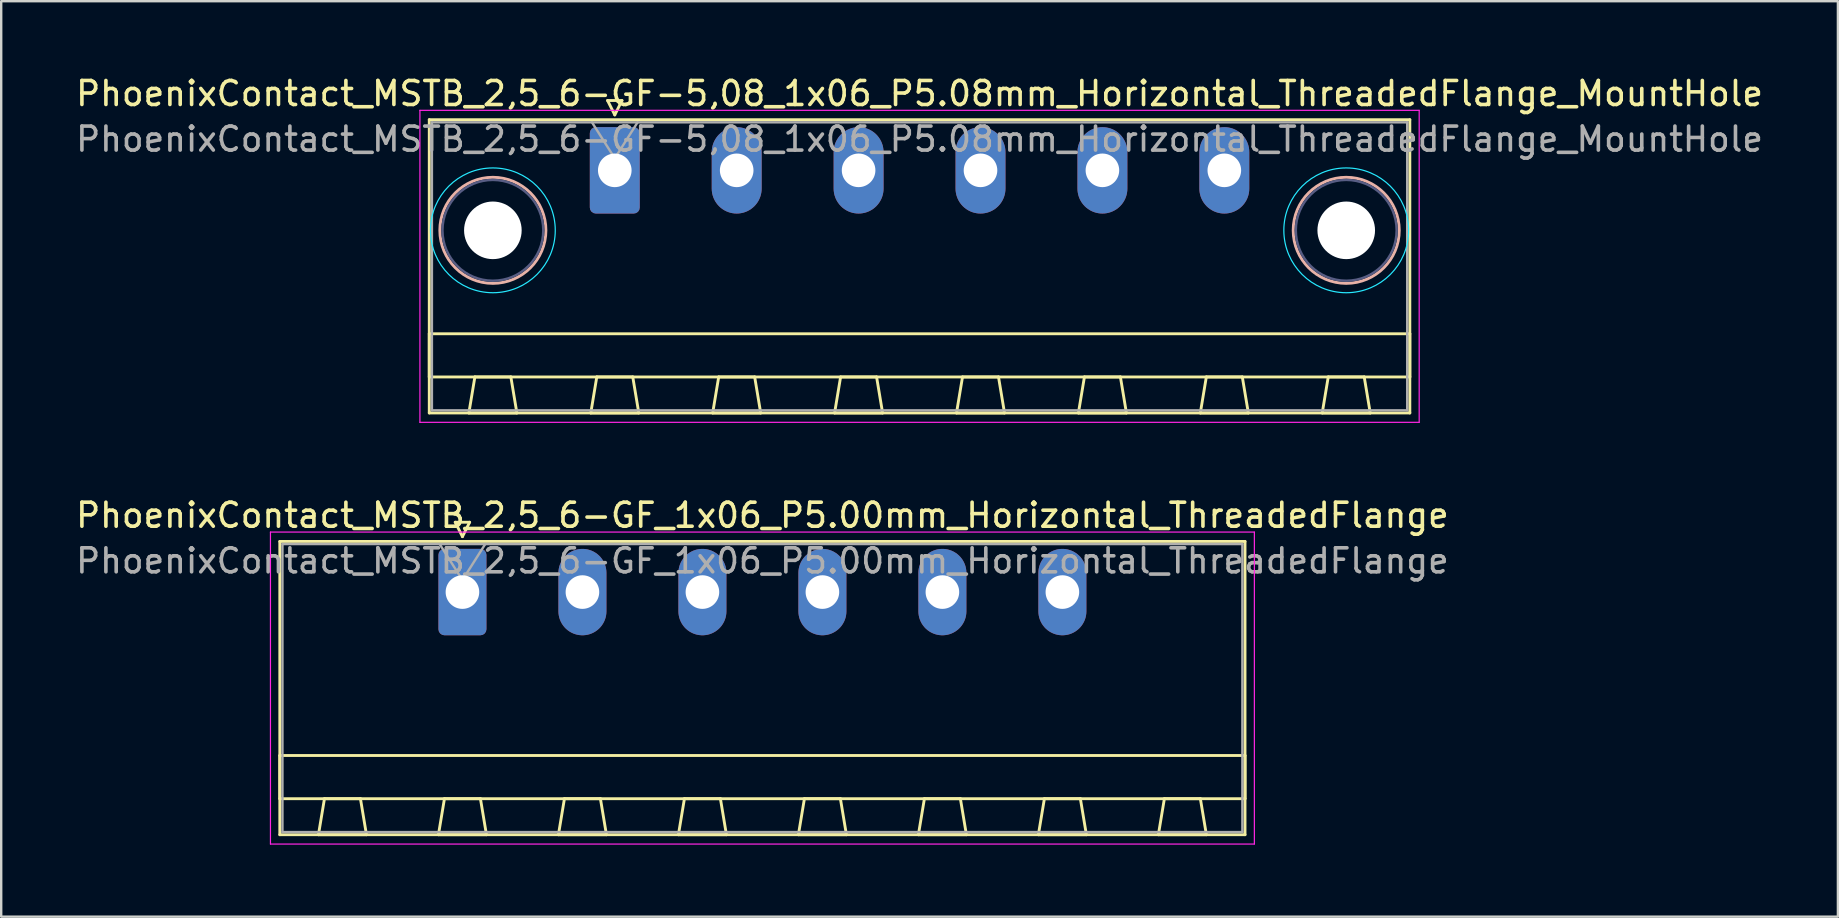
<source format=kicad_pcb>
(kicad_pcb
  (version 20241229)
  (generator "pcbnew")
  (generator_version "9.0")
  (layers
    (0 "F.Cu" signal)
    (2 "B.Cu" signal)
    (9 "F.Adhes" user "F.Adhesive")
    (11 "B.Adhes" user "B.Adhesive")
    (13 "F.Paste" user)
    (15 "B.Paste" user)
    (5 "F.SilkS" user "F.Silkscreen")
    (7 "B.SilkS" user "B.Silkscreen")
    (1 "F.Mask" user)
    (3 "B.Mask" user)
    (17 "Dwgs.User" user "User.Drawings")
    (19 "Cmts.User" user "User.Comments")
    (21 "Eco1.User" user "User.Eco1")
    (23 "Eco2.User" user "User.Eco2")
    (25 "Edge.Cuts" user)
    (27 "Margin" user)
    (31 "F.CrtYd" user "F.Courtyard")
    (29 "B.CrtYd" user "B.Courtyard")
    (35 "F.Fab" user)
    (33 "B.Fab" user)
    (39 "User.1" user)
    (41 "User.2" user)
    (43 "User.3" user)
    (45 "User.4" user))
  (footprint "PhoenixContact_MSTB_2,5_6-GF_1x06_P5.00mm_Horizontal_ThreadedFlange"
    (layer "F.Cu")
    (at 16.22 21.622)
    (property "Reference" "PhoenixContact_MSTB_2,5_6-GF_1x06_P5.00mm_Horizontal_ThreadedFlange" (at 12.5 -3.2 0) (layer "F.SilkS") (effects (font (size 1 1) (thickness 0.15))))
    (attr through_hole)
    (fp_line (start -7.61 -2.11) (end -7.61 10.11) (stroke (width 0.12) (type solid)) (layer "F.SilkS"))
    (fp_line (start -7.61 6.81) (end 32.61 6.81) (stroke (width 0.12) (type solid)) (layer "F.SilkS"))
    (fp_line (start -7.61 8.61) (end -7.61 6.81) (stroke (width 0.12) (type solid)) (layer "F.SilkS"))
    (fp_line (start -7.61 10.11) (end 32.61 10.11) (stroke (width 0.12) (type solid)) (layer "F.SilkS"))
    (fp_line (start -6 10.11) (end -4 10.11) (stroke (width 0.12) (type solid)) (layer "F.SilkS"))
    (fp_line (start -5.75 8.61) (end -6 10.11) (stroke (width 0.12) (type solid)) (layer "F.SilkS"))
    (fp_line (start -4.25 8.61) (end -5.75 8.61) (stroke (width 0.12) (type solid)) (layer "F.SilkS"))
    (fp_line (start -4 10.11) (end -4.25 8.61) (stroke (width 0.12) (type solid)) (layer "F.SilkS"))
    (fp_line (start -1 10.11) (end 1 10.11) (stroke (width 0.12) (type solid)) (layer "F.SilkS"))
    (fp_line (start -0.75 8.61) (end -1 10.11) (stroke (width 0.12) (type solid)) (layer "F.SilkS"))
    (fp_line (start -0.3 -2.91) (end 0.3 -2.91) (stroke (width 0.12) (type solid)) (layer "F.SilkS"))
    (fp_line (start 0 -2.31) (end -0.3 -2.91) (stroke (width 0.12) (type solid)) (layer "F.SilkS"))
    (fp_line (start 0.3 -2.91) (end 0 -2.31) (stroke (width 0.12) (type solid)) (layer "F.SilkS"))
    (fp_line (start 0.75 8.61) (end -0.75 8.61) (stroke (width 0.12) (type solid)) (layer "F.SilkS"))
    (fp_line (start 1 10.11) (end 0.75 8.61) (stroke (width 0.12) (type solid)) (layer "F.SilkS"))
    (fp_line (start 4 10.11) (end 6 10.11) (stroke (width 0.12) (type solid)) (layer "F.SilkS"))
    (fp_line (start 4.25 8.61) (end 4 10.11) (stroke (width 0.12) (type solid)) (layer "F.SilkS"))
    (fp_line (start 5.75 8.61) (end 4.25 8.61) (stroke (width 0.12) (type solid)) (layer "F.SilkS"))
    (fp_line (start 6 10.11) (end 5.75 8.61) (stroke (width 0.12) (type solid)) (layer "F.SilkS"))
    (fp_line (start 9 10.11) (end 11 10.11) (stroke (width 0.12) (type solid)) (layer "F.SilkS"))
    (fp_line (start 9.25 8.61) (end 9 10.11) (stroke (width 0.12) (type solid)) (layer "F.SilkS"))
    (fp_line (start 10.75 8.61) (end 9.25 8.61) (stroke (width 0.12) (type solid)) (layer "F.SilkS"))
    (fp_line (start 11 10.11) (end 10.75 8.61) (stroke (width 0.12) (type solid)) (layer "F.SilkS"))
    (fp_line (start 14 10.11) (end 16 10.11) (stroke (width 0.12) (type solid)) (layer "F.SilkS"))
    (fp_line (start 14.25 8.61) (end 14 10.11) (stroke (width 0.12) (type solid)) (layer "F.SilkS"))
    (fp_line (start 15.75 8.61) (end 14.25 8.61) (stroke (width 0.12) (type solid)) (layer "F.SilkS"))
    (fp_line (start 16 10.11) (end 15.75 8.61) (stroke (width 0.12) (type solid)) (layer "F.SilkS"))
    (fp_line (start 19 10.11) (end 21 10.11) (stroke (width 0.12) (type solid)) (layer "F.SilkS"))
    (fp_line (start 19.25 8.61) (end 19 10.11) (stroke (width 0.12) (type solid)) (layer "F.SilkS"))
    (fp_line (start 20.75 8.61) (end 19.25 8.61) (stroke (width 0.12) (type solid)) (layer "F.SilkS"))
    (fp_line (start 21 10.11) (end 20.75 8.61) (stroke (width 0.12) (type solid)) (layer "F.SilkS"))
    (fp_line (start 24 10.11) (end 26 10.11) (stroke (width 0.12) (type solid)) (layer "F.SilkS"))
    (fp_line (start 24.25 8.61) (end 24 10.11) (stroke (width 0.12) (type solid)) (layer "F.SilkS"))
    (fp_line (start 25.75 8.61) (end 24.25 8.61) (stroke (width 0.12) (type solid)) (layer "F.SilkS"))
    (fp_line (start 26 10.11) (end 25.75 8.61) (stroke (width 0.12) (type solid)) (layer "F.SilkS"))
    (fp_line (start 29 10.11) (end 31 10.11) (stroke (width 0.12) (type solid)) (layer "F.SilkS"))
    (fp_line (start 29.25 8.61) (end 29 10.11) (stroke (width 0.12) (type solid)) (layer "F.SilkS"))
    (fp_line (start 30.75 8.61) (end 29.25 8.61) (stroke (width 0.12) (type solid)) (layer "F.SilkS"))
    (fp_line (start 31 10.11) (end 30.75 8.61) (stroke (width 0.12) (type solid)) (layer "F.SilkS"))
    (fp_line (start 32.61 -2.11) (end -7.61 -2.11) (stroke (width 0.12) (type solid)) (layer "F.SilkS"))
    (fp_line (start 32.61 6.81) (end 32.61 8.61) (stroke (width 0.12) (type solid)) (layer "F.SilkS"))
    (fp_line (start 32.61 8.61) (end -7.61 8.61) (stroke (width 0.12) (type solid)) (layer "F.SilkS"))
    (fp_line (start 32.61 10.11) (end 32.61 -2.11) (stroke (width 0.12) (type solid)) (layer "F.SilkS"))
    (fp_line (start -8 -2.5) (end -8 10.5) (stroke (width 0.05) (type solid)) (layer "F.CrtYd"))
    (fp_line (start -8 10.5) (end 33 10.5) (stroke (width 0.05) (type solid)) (layer "F.CrtYd"))
    (fp_line (start 33 -2.5) (end -8 -2.5) (stroke (width 0.05) (type solid)) (layer "F.CrtYd"))
    (fp_line (start 33 10.5) (end 33 -2.5) (stroke (width 0.05) (type solid)) (layer "F.CrtYd"))
    (fp_line (start -7.5 -2) (end -7.5 10) (stroke (width 0.1) (type solid)) (layer "F.Fab"))
    (fp_line (start -7.5 10) (end 32.5 10) (stroke (width 0.1) (type solid)) (layer "F.Fab"))
    (fp_line (start 0 -0.5) (end -0.95 -2) (stroke (width 0.1) (type solid)) (layer "F.Fab"))
    (fp_line (start 0.95 -2) (end 0 -0.5) (stroke (width 0.1) (type solid)) (layer "F.Fab"))
    (fp_line (start 32.5 -2) (end -7.5 -2) (stroke (width 0.1) (type solid)) (layer "F.Fab"))
    (fp_line (start 32.5 10) (end 32.5 -2) (stroke (width 0.1) (type solid)) (layer "F.Fab"))
    (fp_text user "${REFERENCE}" (at 12.5 -1.3 0) (layer "F.Fab") (effects (font (size 1 1) (thickness 0.15))))
    (pad "1" thru_hole roundrect (at 0 0) (size 2 3.6) (drill 1.4) (layers "*.Cu" "*.Mask") (roundrect_rratio 0.125))
    (pad "2" thru_hole oval (at 5 0) (size 2 3.6) (drill 1.4) (layers "*.Cu" "*.Mask"))
    (pad "3" thru_hole oval (at 10 0) (size 2 3.6) (drill 1.4) (layers "*.Cu" "*.Mask"))
    (pad "4" thru_hole oval (at 15 0) (size 2 3.6) (drill 1.4) (layers "*.Cu" "*.Mask"))
    (pad "5" thru_hole oval (at 20 0) (size 2 3.6) (drill 1.4) (layers "*.Cu" "*.Mask"))
    (pad "6" thru_hole oval (at 25 0) (size 2 3.6) (drill 1.4) (layers "*.Cu" "*.Mask")))
  (footprint "PhoenixContact_MSTB_2,5_6-GF-5,08_1x06_P5.08mm_Horizontal_ThreadedFlange_MountHole"
    (layer "F.Cu")
    (at 22.568 4.048)
    (property "Reference" "PhoenixContact_MSTB_2,5_6-GF-5,08_1x06_P5.08mm_Horizontal_ThreadedFlange_MountHole" (at 12.7 -3.2 0) (layer "F.SilkS") (effects (font (size 1 1) (thickness 0.15))))
    (attr through_hole)
    (fp_line (start -7.73 -2.11) (end -7.73 10.11) (stroke (width 0.12) (type solid)) (layer "F.SilkS"))
    (fp_line (start -7.73 6.81) (end 33.13 6.81) (stroke (width 0.12) (type solid)) (layer "F.SilkS"))
    (fp_line (start -7.73 8.61) (end -7.73 6.81) (stroke (width 0.12) (type solid)) (layer "F.SilkS"))
    (fp_line (start -7.73 10.11) (end 33.13 10.11) (stroke (width 0.12) (type solid)) (layer "F.SilkS"))
    (fp_line (start -6.08 10.11) (end -4.08 10.11) (stroke (width 0.12) (type solid)) (layer "F.SilkS"))
    (fp_line (start -5.83 8.61) (end -6.08 10.11) (stroke (width 0.12) (type solid)) (layer "F.SilkS"))
    (fp_line (start -4.33 8.61) (end -5.83 8.61) (stroke (width 0.12) (type solid)) (layer "F.SilkS"))
    (fp_line (start -4.08 10.11) (end -4.33 8.61) (stroke (width 0.12) (type solid)) (layer "F.SilkS"))
    (fp_line (start -1 10.11) (end 1 10.11) (stroke (width 0.12) (type solid)) (layer "F.SilkS"))
    (fp_line (start -0.75 8.61) (end -1 10.11) (stroke (width 0.12) (type solid)) (layer "F.SilkS"))
    (fp_line (start -0.3 -2.91) (end 0.3 -2.91) (stroke (width 0.12) (type solid)) (layer "F.SilkS"))
    (fp_line (start 0 -2.31) (end -0.3 -2.91) (stroke (width 0.12) (type solid)) (layer "F.SilkS"))
    (fp_line (start 0.3 -2.91) (end 0 -2.31) (stroke (width 0.12) (type solid)) (layer "F.SilkS"))
    (fp_line (start 0.75 8.61) (end -0.75 8.61) (stroke (width 0.12) (type solid)) (layer "F.SilkS"))
    (fp_line (start 1 10.11) (end 0.75 8.61) (stroke (width 0.12) (type solid)) (layer "F.SilkS"))
    (fp_line (start 4.08 10.11) (end 6.08 10.11) (stroke (width 0.12) (type solid)) (layer "F.SilkS"))
    (fp_line (start 4.33 8.61) (end 4.08 10.11) (stroke (width 0.12) (type solid)) (layer "F.SilkS"))
    (fp_line (start 5.83 8.61) (end 4.33 8.61) (stroke (width 0.12) (type solid)) (layer "F.SilkS"))
    (fp_line (start 6.08 10.11) (end 5.83 8.61) (stroke (width 0.12) (type solid)) (layer "F.SilkS"))
    (fp_line (start 9.16 10.11) (end 11.16 10.11) (stroke (width 0.12) (type solid)) (layer "F.SilkS"))
    (fp_line (start 9.41 8.61) (end 9.16 10.11) (stroke (width 0.12) (type solid)) (layer "F.SilkS"))
    (fp_line (start 10.91 8.61) (end 9.41 8.61) (stroke (width 0.12) (type solid)) (layer "F.SilkS"))
    (fp_line (start 11.16 10.11) (end 10.91 8.61) (stroke (width 0.12) (type solid)) (layer "F.SilkS"))
    (fp_line (start 14.24 10.11) (end 16.24 10.11) (stroke (width 0.12) (type solid)) (layer "F.SilkS"))
    (fp_line (start 14.49 8.61) (end 14.24 10.11) (stroke (width 0.12) (type solid)) (layer "F.SilkS"))
    (fp_line (start 15.99 8.61) (end 14.49 8.61) (stroke (width 0.12) (type solid)) (layer "F.SilkS"))
    (fp_line (start 16.24 10.11) (end 15.99 8.61) (stroke (width 0.12) (type solid)) (layer "F.SilkS"))
    (fp_line (start 19.32 10.11) (end 21.32 10.11) (stroke (width 0.12) (type solid)) (layer "F.SilkS"))
    (fp_line (start 19.57 8.61) (end 19.32 10.11) (stroke (width 0.12) (type solid)) (layer "F.SilkS"))
    (fp_line (start 21.07 8.61) (end 19.57 8.61) (stroke (width 0.12) (type solid)) (layer "F.SilkS"))
    (fp_line (start 21.32 10.11) (end 21.07 8.61) (stroke (width 0.12) (type solid)) (layer "F.SilkS"))
    (fp_line (start 24.4 10.11) (end 26.4 10.11) (stroke (width 0.12) (type solid)) (layer "F.SilkS"))
    (fp_line (start 24.65 8.61) (end 24.4 10.11) (stroke (width 0.12) (type solid)) (layer "F.SilkS"))
    (fp_line (start 26.15 8.61) (end 24.65 8.61) (stroke (width 0.12) (type solid)) (layer "F.SilkS"))
    (fp_line (start 26.4 10.11) (end 26.15 8.61) (stroke (width 0.12) (type solid)) (layer "F.SilkS"))
    (fp_line (start 29.48 10.11) (end 31.48 10.11) (stroke (width 0.12) (type solid)) (layer "F.SilkS"))
    (fp_line (start 29.73 8.61) (end 29.48 10.11) (stroke (width 0.12) (type solid)) (layer "F.SilkS"))
    (fp_line (start 31.23 8.61) (end 29.73 8.61) (stroke (width 0.12) (type solid)) (layer "F.SilkS"))
    (fp_line (start 31.48 10.11) (end 31.23 8.61) (stroke (width 0.12) (type solid)) (layer "F.SilkS"))
    (fp_line (start 33.13 -2.11) (end -7.73 -2.11) (stroke (width 0.12) (type solid)) (layer "F.SilkS"))
    (fp_line (start 33.13 6.81) (end 33.13 8.61) (stroke (width 0.12) (type solid)) (layer "F.SilkS"))
    (fp_line (start 33.13 8.61) (end -7.73 8.61) (stroke (width 0.12) (type solid)) (layer "F.SilkS"))
    (fp_line (start 33.13 10.11) (end 33.13 -2.11) (stroke (width 0.12) (type solid)) (layer "F.SilkS"))
    (fp_circle (center -5.08 2.5) (end -2.87 2.5) (stroke (width 0.12) (type solid)) (fill no) (layer "B.SilkS"))
    (fp_circle (center 30.48 2.5) (end 32.69 2.5) (stroke (width 0.12) (type solid)) (fill no) (layer "B.SilkS"))
    (fp_circle (center -5.08 2.5) (end -2.48 2.5) (stroke (width 0.05) (type solid)) (fill no) (layer "B.CrtYd"))
    (fp_circle (center 30.48 2.5) (end 33.08 2.5) (stroke (width 0.05) (type solid)) (fill no) (layer "B.CrtYd"))
    (fp_line (start -8.12 -2.5) (end -8.12 10.5) (stroke (width 0.05) (type solid)) (layer "F.CrtYd"))
    (fp_line (start -8.12 10.5) (end 33.52 10.5) (stroke (width 0.05) (type solid)) (layer "F.CrtYd"))
    (fp_line (start 33.52 -2.5) (end -8.12 -2.5) (stroke (width 0.05) (type solid)) (layer "F.CrtYd"))
    (fp_line (start 33.52 10.5) (end 33.52 -2.5) (stroke (width 0.05) (type solid)) (layer "F.CrtYd"))
    (fp_circle (center -5.08 2.5) (end -2.98 2.5) (stroke (width 0.1) (type solid)) (fill no) (layer "B.Fab"))
    (fp_circle (center 30.48 2.5) (end 32.58 2.5) (stroke (width 0.1) (type solid)) (fill no) (layer "B.Fab"))
    (fp_line (start -7.62 -2) (end -7.62 10) (stroke (width 0.1) (type solid)) (layer "F.Fab"))
    (fp_line (start -7.62 10) (end 33.02 10) (stroke (width 0.1) (type solid)) (layer "F.Fab"))
    (fp_line (start 0 -0.5) (end -0.95 -2) (stroke (width 0.1) (type solid)) (layer "F.Fab"))
    (fp_line (start 0.95 -2) (end 0 -0.5) (stroke (width 0.1) (type solid)) (layer "F.Fab"))
    (fp_line (start 33.02 -2) (end -7.62 -2) (stroke (width 0.1) (type solid)) (layer "F.Fab"))
    (fp_line (start 33.02 10) (end 33.02 -2) (stroke (width 0.1) (type solid)) (layer "F.Fab"))
    (fp_text user "${REFERENCE}" (at 12.7 -1.3 0) (layer "F.Fab") (effects (font (size 1 1) (thickness 0.15))))
    (pad "" np_thru_hole circle (at -5.08 2.5) (size 2.4 2.4) (drill 2.4) (layers "*.Cu" "*.Mask"))
    (pad "" np_thru_hole circle (at 30.48 2.5) (size 2.4 2.4) (drill 2.4) (layers "*.Cu" "*.Mask"))
    (pad "1" thru_hole roundrect (at 0 0) (size 2.08 3.6) (drill 1.4) (layers "*.Cu" "*.Mask") (roundrect_rratio 0.12))
    (pad "2" thru_hole oval (at 5.08 0) (size 2.08 3.6) (drill 1.4) (layers "*.Cu" "*.Mask"))
    (pad "3" thru_hole oval (at 10.16 0) (size 2.08 3.6) (drill 1.4) (layers "*.Cu" "*.Mask"))
    (pad "4" thru_hole oval (at 15.24 0) (size 2.08 3.6) (drill 1.4) (layers "*.Cu" "*.Mask"))
    (pad "5" thru_hole oval (at 20.32 0) (size 2.08 3.6) (drill 1.4) (layers "*.Cu" "*.Mask"))
    (pad "6" thru_hole oval (at 25.4 0) (size 2.08 3.6) (drill 1.4) (layers "*.Cu" "*.Mask")))
  (gr_rect
    (start -3 -3)
    (end 73.536 35.147)
    (stroke (width 0.1) (type default))
    (fill no)
    (layer "Edge.Cuts")))
</source>
